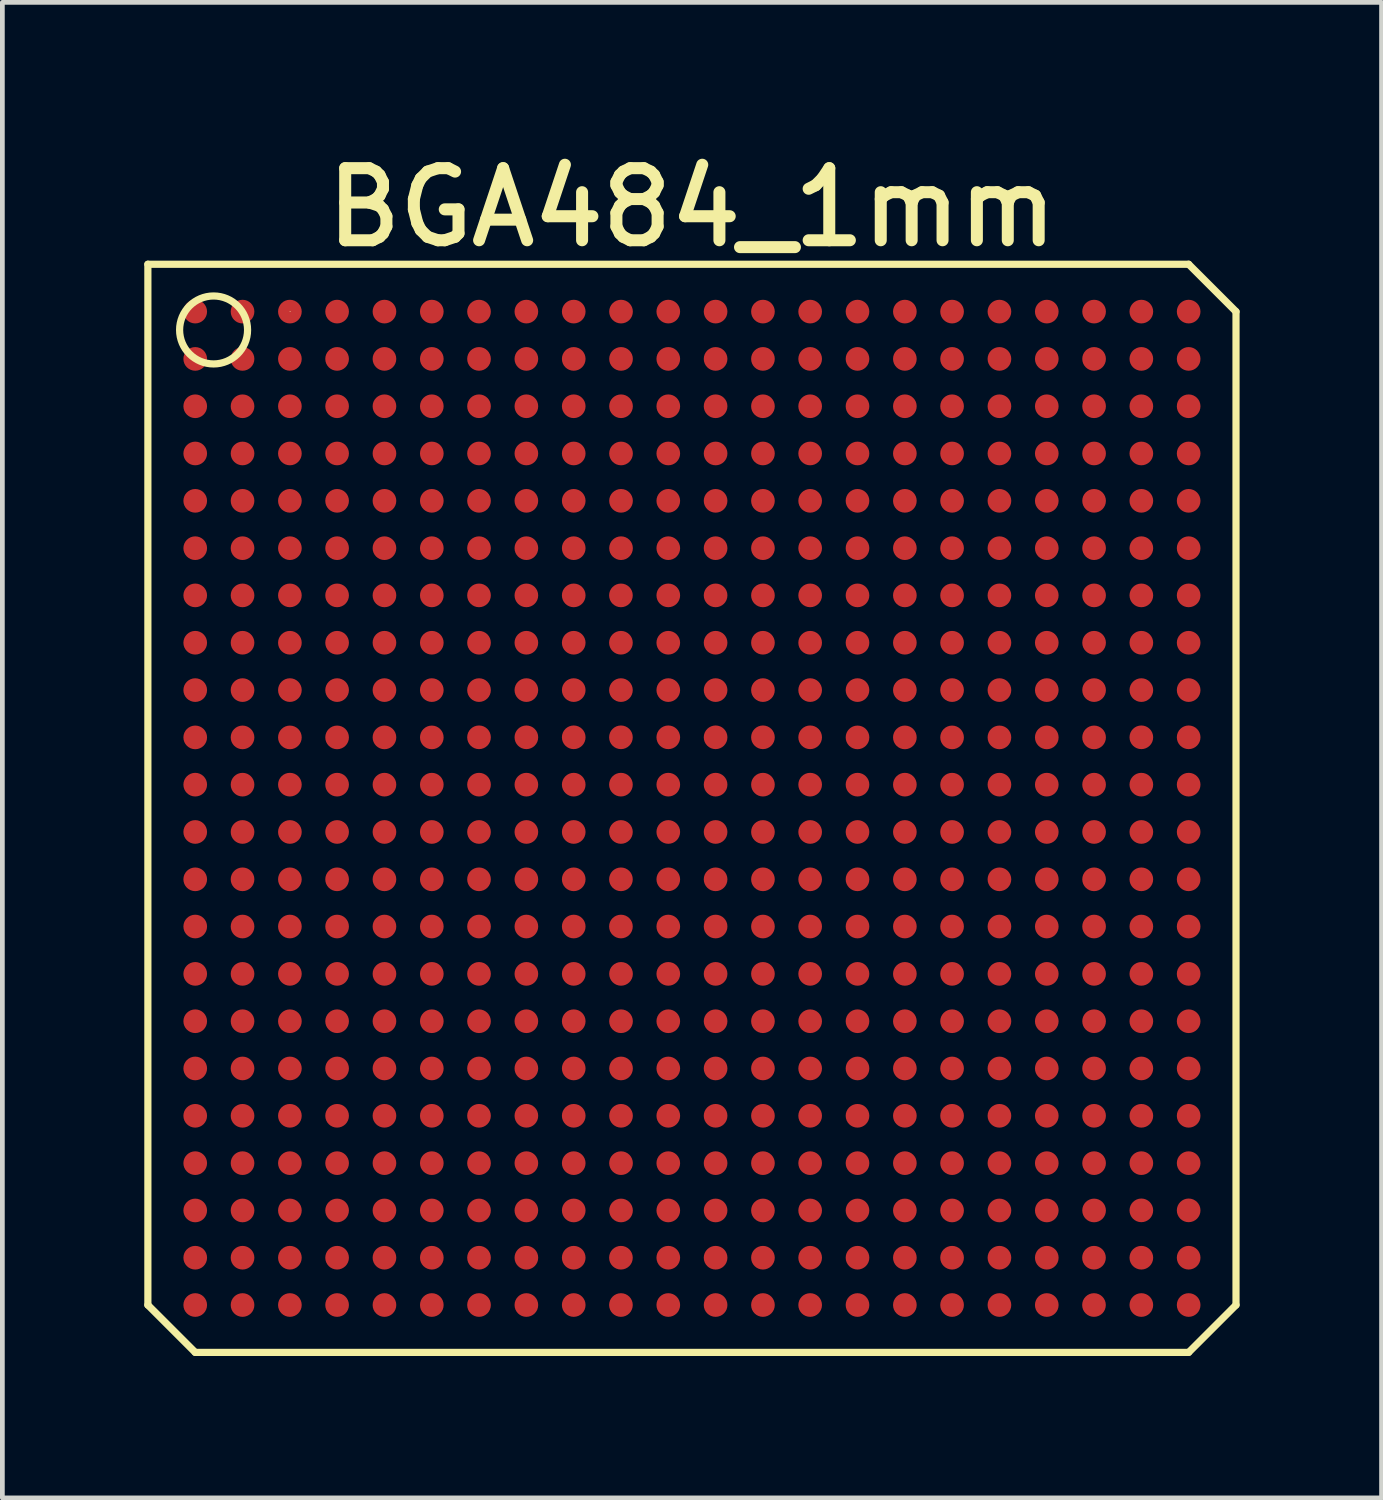
<source format=kicad_pcb>
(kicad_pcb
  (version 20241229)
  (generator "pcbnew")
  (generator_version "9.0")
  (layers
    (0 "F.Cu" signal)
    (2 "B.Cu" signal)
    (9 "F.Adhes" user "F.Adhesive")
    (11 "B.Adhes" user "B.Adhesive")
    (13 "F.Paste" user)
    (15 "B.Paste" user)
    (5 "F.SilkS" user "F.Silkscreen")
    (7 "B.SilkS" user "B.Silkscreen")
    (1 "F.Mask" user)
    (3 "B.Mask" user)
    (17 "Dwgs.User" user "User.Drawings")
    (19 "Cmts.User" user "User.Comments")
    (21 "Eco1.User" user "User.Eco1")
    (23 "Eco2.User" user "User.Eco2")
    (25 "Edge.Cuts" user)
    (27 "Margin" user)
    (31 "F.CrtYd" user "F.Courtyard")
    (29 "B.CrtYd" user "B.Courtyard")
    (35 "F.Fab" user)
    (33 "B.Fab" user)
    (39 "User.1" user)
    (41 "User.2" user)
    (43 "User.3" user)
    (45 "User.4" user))
  (footprint "BGA484_1mm"
    (layer "F.Cu")
    (at 11.577 14.037)
    (property "Reference" "BGA484_1mm" (at 0 -12.7 0) (layer "F.SilkS") (effects (font (size 1.524 1.524) (thickness 0.254))))
    (attr smd)
    (fp_line (start -11.501 -11.501) (end 10.5 -11.501) (stroke (width 0.152) (type solid)) (layer "F.SilkS"))
    (fp_line (start -11.501 10.5) (end -11.501 -11.501) (stroke (width 0.152) (type solid)) (layer "F.SilkS"))
    (fp_line (start -10.5 11.501) (end -11.501 10.5) (stroke (width 0.152) (type solid)) (layer "F.SilkS"))
    (fp_line (start -8.499 -10.5) (end -8.489 -10.5) (stroke (width 0.013) (type solid)) (layer "F.SilkS"))
    (fp_line (start 10.5 -11.501) (end 11.501 -10.5) (stroke (width 0.152) (type solid)) (layer "F.SilkS"))
    (fp_line (start 10.5 11.501) (end -10.5 11.501) (stroke (width 0.152) (type solid)) (layer "F.SilkS"))
    (fp_line (start 11.501 -10.5) (end 11.501 10.5) (stroke (width 0.152) (type solid)) (layer "F.SilkS"))
    (fp_line (start 11.501 10.5) (end 10.5 11.501) (stroke (width 0.152) (type solid)) (layer "F.SilkS"))
    (fp_circle (center -10.112 -10.112) (end -9.604 -10.62) (stroke (width 0.152) (type solid)) (fill no) (layer "F.SilkS"))
    (pad "A1" smd circle (at -10.5 -10.5) (size 0.5 0.5) (layers "F.Cu" "F.Mask" "F.Paste"))
    (pad "A2" smd circle (at -9.5 -10.5) (size 0.5 0.5) (layers "F.Cu" "F.Mask" "F.Paste"))
    (pad "A3" smd circle (at -8.499 -10.5) (size 0.5 0.5) (layers "F.Cu" "F.Mask" "F.Paste"))
    (pad "A4" smd circle (at -7.501 -10.5) (size 0.5 0.5) (layers "F.Cu" "F.Mask" "F.Paste"))
    (pad "A5" smd circle (at -6.5 -10.5) (size 0.5 0.5) (layers "F.Cu" "F.Mask" "F.Paste"))
    (pad "A6" smd circle (at -5.499 -10.5) (size 0.5 0.5) (layers "F.Cu" "F.Mask" "F.Paste"))
    (pad "A7" smd circle (at -4.501 -10.5) (size 0.5 0.5) (layers "F.Cu" "F.Mask" "F.Paste"))
    (pad "A8" smd circle (at -3.5 -10.5) (size 0.5 0.5) (layers "F.Cu" "F.Mask" "F.Paste"))
    (pad "A9" smd circle (at -2.499 -10.5) (size 0.5 0.5) (layers "F.Cu" "F.Mask" "F.Paste"))
    (pad "A10" smd circle (at -1.499 -10.5) (size 0.5 0.5) (layers "F.Cu" "F.Mask" "F.Paste"))
    (pad "A11" smd circle (at -0.5 -10.5) (size 0.5 0.5) (layers "F.Cu" "F.Mask" "F.Paste"))
    (pad "A12" smd circle (at 0.5 -10.5) (size 0.5 0.5) (layers "F.Cu" "F.Mask" "F.Paste"))
    (pad "A13" smd circle (at 1.501 -10.5) (size 0.5 0.5) (layers "F.Cu" "F.Mask" "F.Paste"))
    (pad "A14" smd circle (at 2.499 -10.5) (size 0.5 0.5) (layers "F.Cu" "F.Mask" "F.Paste"))
    (pad "A15" smd circle (at 3.5 -10.5) (size 0.5 0.5) (layers "F.Cu" "F.Mask" "F.Paste"))
    (pad "A16" smd circle (at 4.501 -10.5) (size 0.5 0.5) (layers "F.Cu" "F.Mask" "F.Paste"))
    (pad "A17" smd circle (at 5.499 -10.5) (size 0.5 0.5) (layers "F.Cu" "F.Mask" "F.Paste"))
    (pad "A18" smd circle (at 6.5 -10.5) (size 0.5 0.5) (layers "F.Cu" "F.Mask" "F.Paste"))
    (pad "A19" smd circle (at 7.501 -10.5) (size 0.5 0.5) (layers "F.Cu" "F.Mask" "F.Paste"))
    (pad "A20" smd circle (at 8.501 -10.5) (size 0.5 0.5) (layers "F.Cu" "F.Mask" "F.Paste"))
    (pad "A21" smd circle (at 9.5 -10.5) (size 0.5 0.5) (layers "F.Cu" "F.Mask" "F.Paste"))
    (pad "A22" smd circle (at 10.5 -10.5) (size 0.5 0.5) (layers "F.Cu" "F.Mask" "F.Paste"))
    (pad "AA1" smd circle (at -10.5 9.5) (size 0.5 0.5) (layers "F.Cu" "F.Mask" "F.Paste"))
    (pad "AA2" smd circle (at -9.5 9.5) (size 0.5 0.5) (layers "F.Cu" "F.Mask" "F.Paste"))
    (pad "AA3" smd circle (at -8.499 9.5) (size 0.5 0.5) (layers "F.Cu" "F.Mask" "F.Paste"))
    (pad "AA4" smd circle (at -7.501 9.5) (size 0.5 0.5) (layers "F.Cu" "F.Mask" "F.Paste"))
    (pad "AA5" smd circle (at -6.5 9.5) (size 0.5 0.5) (layers "F.Cu" "F.Mask" "F.Paste"))
    (pad "AA6" smd circle (at -5.499 9.5) (size 0.5 0.5) (layers "F.Cu" "F.Mask" "F.Paste"))
    (pad "AA7" smd circle (at -4.501 9.5) (size 0.5 0.5) (layers "F.Cu" "F.Mask" "F.Paste"))
    (pad "AA8" smd circle (at -3.5 9.5) (size 0.5 0.5) (layers "F.Cu" "F.Mask" "F.Paste"))
    (pad "AA9" smd circle (at -2.499 9.5) (size 0.5 0.5) (layers "F.Cu" "F.Mask" "F.Paste"))
    (pad "AA10" smd circle (at -1.501 9.5) (size 0.5 0.5) (layers "F.Cu" "F.Mask" "F.Paste"))
    (pad "AA11" smd circle (at -0.5 9.5) (size 0.5 0.5) (layers "F.Cu" "F.Mask" "F.Paste"))
    (pad "AA12" smd circle (at 0.5 9.5) (size 0.5 0.5) (layers "F.Cu" "F.Mask" "F.Paste"))
    (pad "AA13" smd circle (at 1.501 9.5) (size 0.5 0.5) (layers "F.Cu" "F.Mask" "F.Paste"))
    (pad "AA14" smd circle (at 2.499 9.5) (size 0.5 0.5) (layers "F.Cu" "F.Mask" "F.Paste"))
    (pad "AA15" smd circle (at 3.5 9.5) (size 0.5 0.5) (layers "F.Cu" "F.Mask" "F.Paste"))
    (pad "AA16" smd circle (at 4.501 9.5) (size 0.5 0.5) (layers "F.Cu" "F.Mask" "F.Paste"))
    (pad "AA17" smd circle (at 5.499 9.5) (size 0.5 0.5) (layers "F.Cu" "F.Mask" "F.Paste"))
    (pad "AA18" smd circle (at 6.5 9.5) (size 0.5 0.5) (layers "F.Cu" "F.Mask" "F.Paste"))
    (pad "AA19" smd circle (at 7.501 9.5) (size 0.5 0.5) (layers "F.Cu" "F.Mask" "F.Paste"))
    (pad "AA20" smd circle (at 8.499 9.5) (size 0.5 0.5) (layers "F.Cu" "F.Mask" "F.Paste"))
    (pad "AA21" smd circle (at 9.5 9.5) (size 0.5 0.5) (layers "F.Cu" "F.Mask" "F.Paste"))
    (pad "AA22" smd circle (at 10.5 9.5) (size 0.5 0.5) (layers "F.Cu" "F.Mask" "F.Paste"))
    (pad "AB1" smd circle (at -10.5 10.5) (size 0.5 0.5) (layers "F.Cu" "F.Mask" "F.Paste"))
    (pad "AB2" smd circle (at -9.5 10.5) (size 0.5 0.5) (layers "F.Cu" "F.Mask" "F.Paste"))
    (pad "AB3" smd circle (at -8.499 10.5) (size 0.5 0.5) (layers "F.Cu" "F.Mask" "F.Paste"))
    (pad "AB4" smd circle (at -7.501 10.5) (size 0.5 0.5) (layers "F.Cu" "F.Mask" "F.Paste"))
    (pad "AB5" smd circle (at -6.5 10.5) (size 0.5 0.5) (layers "F.Cu" "F.Mask" "F.Paste"))
    (pad "AB6" smd circle (at -5.499 10.5) (size 0.5 0.5) (layers "F.Cu" "F.Mask" "F.Paste"))
    (pad "AB7" smd circle (at -4.501 10.5) (size 0.5 0.5) (layers "F.Cu" "F.Mask" "F.Paste"))
    (pad "AB8" smd circle (at -3.5 10.5) (size 0.5 0.5) (layers "F.Cu" "F.Mask" "F.Paste"))
    (pad "AB9" smd circle (at -2.499 10.5) (size 0.5 0.5) (layers "F.Cu" "F.Mask" "F.Paste"))
    (pad "AB10" smd circle (at -1.501 10.5) (size 0.5 0.5) (layers "F.Cu" "F.Mask" "F.Paste"))
    (pad "AB11" smd circle (at -0.5 10.5) (size 0.5 0.5) (layers "F.Cu" "F.Mask" "F.Paste"))
    (pad "AB12" smd circle (at 0.5 10.5) (size 0.5 0.5) (layers "F.Cu" "F.Mask" "F.Paste"))
    (pad "AB13" smd circle (at 1.501 10.5) (size 0.5 0.5) (layers "F.Cu" "F.Mask" "F.Paste"))
    (pad "AB14" smd circle (at 2.499 10.5) (size 0.5 0.5) (layers "F.Cu" "F.Mask" "F.Paste"))
    (pad "AB15" smd circle (at 3.5 10.5) (size 0.5 0.5) (layers "F.Cu" "F.Mask" "F.Paste"))
    (pad "AB16" smd circle (at 4.501 10.5) (size 0.5 0.5) (layers "F.Cu" "F.Mask" "F.Paste"))
    (pad "AB17" smd circle (at 5.499 10.5) (size 0.5 0.5) (layers "F.Cu" "F.Mask" "F.Paste"))
    (pad "AB18" smd circle (at 6.5 10.5) (size 0.5 0.5) (layers "F.Cu" "F.Mask" "F.Paste"))
    (pad "AB19" smd circle (at 7.501 10.5) (size 0.5 0.5) (layers "F.Cu" "F.Mask" "F.Paste"))
    (pad "AB20" smd circle (at 8.499 10.5) (size 0.5 0.5) (layers "F.Cu" "F.Mask" "F.Paste"))
    (pad "AB21" smd circle (at 9.5 10.5) (size 0.5 0.5) (layers "F.Cu" "F.Mask" "F.Paste"))
    (pad "AB22" smd circle (at 10.5 10.5) (size 0.5 0.5) (layers "F.Cu" "F.Mask" "F.Paste"))
    (pad "B1" smd circle (at -10.5 -9.5) (size 0.5 0.5) (layers "F.Cu" "F.Mask" "F.Paste"))
    (pad "B2" smd circle (at -9.5 -9.5) (size 0.5 0.5) (layers "F.Cu" "F.Mask" "F.Paste"))
    (pad "B3" smd circle (at -8.499 -9.5) (size 0.5 0.5) (layers "F.Cu" "F.Mask" "F.Paste"))
    (pad "B4" smd circle (at -7.501 -9.5) (size 0.5 0.5) (layers "F.Cu" "F.Mask" "F.Paste"))
    (pad "B5" smd circle (at -6.5 -9.5) (size 0.5 0.5) (layers "F.Cu" "F.Mask" "F.Paste"))
    (pad "B6" smd circle (at -5.499 -9.5) (size 0.5 0.5) (layers "F.Cu" "F.Mask" "F.Paste"))
    (pad "B7" smd circle (at -4.501 -9.5) (size 0.5 0.5) (layers "F.Cu" "F.Mask" "F.Paste"))
    (pad "B8" smd circle (at -3.5 -9.5) (size 0.5 0.5) (layers "F.Cu" "F.Mask" "F.Paste"))
    (pad "B9" smd circle (at -2.499 -9.5) (size 0.5 0.5) (layers "F.Cu" "F.Mask" "F.Paste"))
    (pad "B10" smd circle (at -1.499 -9.5) (size 0.5 0.5) (layers "F.Cu" "F.Mask" "F.Paste"))
    (pad "B11" smd circle (at -0.5 -9.5) (size 0.5 0.5) (layers "F.Cu" "F.Mask" "F.Paste"))
    (pad "B12" smd circle (at 0.5 -9.5) (size 0.5 0.5) (layers "F.Cu" "F.Mask" "F.Paste"))
    (pad "B13" smd circle (at 1.501 -9.5) (size 0.5 0.5) (layers "F.Cu" "F.Mask" "F.Paste"))
    (pad "B14" smd circle (at 2.499 -9.5) (size 0.5 0.5) (layers "F.Cu" "F.Mask" "F.Paste"))
    (pad "B15" smd circle (at 3.5 -9.5) (size 0.5 0.5) (layers "F.Cu" "F.Mask" "F.Paste"))
    (pad "B16" smd circle (at 4.501 -9.5) (size 0.5 0.5) (layers "F.Cu" "F.Mask" "F.Paste"))
    (pad "B17" smd circle (at 5.499 -9.5) (size 0.5 0.5) (layers "F.Cu" "F.Mask" "F.Paste"))
    (pad "B18" smd circle (at 6.5 -9.5) (size 0.5 0.5) (layers "F.Cu" "F.Mask" "F.Paste"))
    (pad "B19" smd circle (at 7.501 -9.5) (size 0.5 0.5) (layers "F.Cu" "F.Mask" "F.Paste"))
    (pad "B20" smd circle (at 8.501 -9.5) (size 0.5 0.5) (layers "F.Cu" "F.Mask" "F.Paste"))
    (pad "B21" smd circle (at 9.5 -9.5) (size 0.5 0.5) (layers "F.Cu" "F.Mask" "F.Paste"))
    (pad "B22" smd circle (at 10.5 -9.5) (size 0.5 0.5) (layers "F.Cu" "F.Mask" "F.Paste"))
    (pad "C1" smd circle (at -10.5 -8.499) (size 0.5 0.5) (layers "F.Cu" "F.Mask" "F.Paste"))
    (pad "C2" smd circle (at -9.5 -8.499) (size 0.5 0.5) (layers "F.Cu" "F.Mask" "F.Paste"))
    (pad "C3" smd circle (at -8.499 -8.499) (size 0.5 0.5) (layers "F.Cu" "F.Mask" "F.Paste"))
    (pad "C4" smd circle (at -7.501 -8.499) (size 0.5 0.5) (layers "F.Cu" "F.Mask" "F.Paste"))
    (pad "C5" smd circle (at -6.5 -8.499) (size 0.5 0.5) (layers "F.Cu" "F.Mask" "F.Paste"))
    (pad "C6" smd circle (at -5.499 -8.499) (size 0.5 0.5) (layers "F.Cu" "F.Mask" "F.Paste"))
    (pad "C7" smd circle (at -4.501 -8.499) (size 0.5 0.5) (layers "F.Cu" "F.Mask" "F.Paste"))
    (pad "C8" smd circle (at -3.5 -8.499) (size 0.5 0.5) (layers "F.Cu" "F.Mask" "F.Paste"))
    (pad "C9" smd circle (at -2.499 -8.499) (size 0.5 0.5) (layers "F.Cu" "F.Mask" "F.Paste"))
    (pad "C10" smd circle (at -1.499 -8.499) (size 0.5 0.5) (layers "F.Cu" "F.Mask" "F.Paste"))
    (pad "C11" smd circle (at -0.5 -8.499) (size 0.5 0.5) (layers "F.Cu" "F.Mask" "F.Paste"))
    (pad "C12" smd circle (at 0.5 -8.499) (size 0.5 0.5) (layers "F.Cu" "F.Mask" "F.Paste"))
    (pad "C13" smd circle (at 1.501 -8.499) (size 0.5 0.5) (layers "F.Cu" "F.Mask" "F.Paste"))
    (pad "C14" smd circle (at 2.499 -8.499) (size 0.5 0.5) (layers "F.Cu" "F.Mask" "F.Paste"))
    (pad "C15" smd circle (at 3.5 -8.499) (size 0.5 0.5) (layers "F.Cu" "F.Mask" "F.Paste"))
    (pad "C16" smd circle (at 4.501 -8.499) (size 0.5 0.5) (layers "F.Cu" "F.Mask" "F.Paste"))
    (pad "C17" smd circle (at 5.499 -8.499) (size 0.5 0.5) (layers "F.Cu" "F.Mask" "F.Paste"))
    (pad "C18" smd circle (at 6.5 -8.499) (size 0.5 0.5) (layers "F.Cu" "F.Mask" "F.Paste"))
    (pad "C19" smd circle (at 7.501 -8.499) (size 0.5 0.5) (layers "F.Cu" "F.Mask" "F.Paste"))
    (pad "C20" smd circle (at 8.501 -8.499) (size 0.5 0.5) (layers "F.Cu" "F.Mask" "F.Paste"))
    (pad "C21" smd circle (at 9.5 -8.499) (size 0.5 0.5) (layers "F.Cu" "F.Mask" "F.Paste"))
    (pad "C22" smd circle (at 10.5 -8.499) (size 0.5 0.5) (layers "F.Cu" "F.Mask" "F.Paste"))
    (pad "D1" smd circle (at -10.5 -7.501) (size 0.5 0.5) (layers "F.Cu" "F.Mask" "F.Paste"))
    (pad "D2" smd circle (at -9.5 -7.501) (size 0.5 0.5) (layers "F.Cu" "F.Mask" "F.Paste"))
    (pad "D3" smd circle (at -8.499 -7.501) (size 0.5 0.5) (layers "F.Cu" "F.Mask" "F.Paste"))
    (pad "D4" smd circle (at -7.501 -7.501) (size 0.5 0.5) (layers "F.Cu" "F.Mask" "F.Paste"))
    (pad "D5" smd circle (at -6.5 -7.501) (size 0.5 0.5) (layers "F.Cu" "F.Mask" "F.Paste"))
    (pad "D6" smd circle (at -5.499 -7.501) (size 0.5 0.5) (layers "F.Cu" "F.Mask" "F.Paste"))
    (pad "D7" smd circle (at -4.501 -7.501) (size 0.5 0.5) (layers "F.Cu" "F.Mask" "F.Paste"))
    (pad "D8" smd circle (at -3.5 -7.501) (size 0.5 0.5) (layers "F.Cu" "F.Mask" "F.Paste"))
    (pad "D9" smd circle (at -2.499 -7.501) (size 0.5 0.5) (layers "F.Cu" "F.Mask" "F.Paste"))
    (pad "D10" smd circle (at -1.499 -7.501) (size 0.5 0.5) (layers "F.Cu" "F.Mask" "F.Paste"))
    (pad "D11" smd circle (at -0.5 -7.501) (size 0.5 0.5) (layers "F.Cu" "F.Mask" "F.Paste"))
    (pad "D12" smd circle (at 0.5 -7.501) (size 0.5 0.5) (layers "F.Cu" "F.Mask" "F.Paste"))
    (pad "D13" smd circle (at 1.501 -7.501) (size 0.5 0.5) (layers "F.Cu" "F.Mask" "F.Paste"))
    (pad "D14" smd circle (at 2.499 -7.501) (size 0.5 0.5) (layers "F.Cu" "F.Mask" "F.Paste"))
    (pad "D15" smd circle (at 3.5 -7.501) (size 0.5 0.5) (layers "F.Cu" "F.Mask" "F.Paste"))
    (pad "D16" smd circle (at 4.501 -7.501) (size 0.5 0.5) (layers "F.Cu" "F.Mask" "F.Paste"))
    (pad "D17" smd circle (at 5.499 -7.501) (size 0.5 0.5) (layers "F.Cu" "F.Mask" "F.Paste"))
    (pad "D18" smd circle (at 6.5 -7.501) (size 0.5 0.5) (layers "F.Cu" "F.Mask" "F.Paste"))
    (pad "D19" smd circle (at 7.501 -7.501) (size 0.5 0.5) (layers "F.Cu" "F.Mask" "F.Paste"))
    (pad "D20" smd circle (at 8.501 -7.501) (size 0.5 0.5) (layers "F.Cu" "F.Mask" "F.Paste"))
    (pad "D21" smd circle (at 9.5 -7.501) (size 0.5 0.5) (layers "F.Cu" "F.Mask" "F.Paste"))
    (pad "D22" smd circle (at 10.5 -7.501) (size 0.5 0.5) (layers "F.Cu" "F.Mask" "F.Paste"))
    (pad "E1" smd circle (at -10.5 -6.5) (size 0.5 0.5) (layers "F.Cu" "F.Mask" "F.Paste"))
    (pad "E2" smd circle (at -9.5 -6.5) (size 0.5 0.5) (layers "F.Cu" "F.Mask" "F.Paste"))
    (pad "E3" smd circle (at -8.499 -6.5) (size 0.5 0.5) (layers "F.Cu" "F.Mask" "F.Paste"))
    (pad "E4" smd circle (at -7.501 -6.5) (size 0.5 0.5) (layers "F.Cu" "F.Mask" "F.Paste"))
    (pad "E5" smd circle (at -6.5 -6.5) (size 0.5 0.5) (layers "F.Cu" "F.Mask" "F.Paste"))
    (pad "E6" smd circle (at -5.499 -6.5) (size 0.5 0.5) (layers "F.Cu" "F.Mask" "F.Paste"))
    (pad "E7" smd circle (at -4.501 -6.5) (size 0.5 0.5) (layers "F.Cu" "F.Mask" "F.Paste"))
    (pad "E8" smd circle (at -3.5 -6.5) (size 0.5 0.5) (layers "F.Cu" "F.Mask" "F.Paste"))
    (pad "E9" smd circle (at -2.499 -6.5) (size 0.5 0.5) (layers "F.Cu" "F.Mask" "F.Paste"))
    (pad "E10" smd circle (at -1.499 -6.5) (size 0.5 0.5) (layers "F.Cu" "F.Mask" "F.Paste"))
    (pad "E11" smd circle (at -0.5 -6.5) (size 0.5 0.5) (layers "F.Cu" "F.Mask" "F.Paste"))
    (pad "E12" smd circle (at 0.5 -6.5) (size 0.5 0.5) (layers "F.Cu" "F.Mask" "F.Paste"))
    (pad "E13" smd circle (at 1.501 -6.5) (size 0.5 0.5) (layers "F.Cu" "F.Mask" "F.Paste"))
    (pad "E14" smd circle (at 2.499 -6.5) (size 0.5 0.5) (layers "F.Cu" "F.Mask" "F.Paste"))
    (pad "E15" smd circle (at 3.5 -6.5) (size 0.5 0.5) (layers "F.Cu" "F.Mask" "F.Paste"))
    (pad "E16" smd circle (at 4.501 -6.5) (size 0.5 0.5) (layers "F.Cu" "F.Mask" "F.Paste"))
    (pad "E17" smd circle (at 5.499 -6.5) (size 0.5 0.5) (layers "F.Cu" "F.Mask" "F.Paste"))
    (pad "E18" smd circle (at 6.5 -6.5) (size 0.5 0.5) (layers "F.Cu" "F.Mask" "F.Paste"))
    (pad "E19" smd circle (at 7.501 -6.5) (size 0.5 0.5) (layers "F.Cu" "F.Mask" "F.Paste"))
    (pad "E20" smd circle (at 8.501 -6.5) (size 0.5 0.5) (layers "F.Cu" "F.Mask" "F.Paste"))
    (pad "E21" smd circle (at 9.5 -6.5) (size 0.5 0.5) (layers "F.Cu" "F.Mask" "F.Paste"))
    (pad "E22" smd circle (at 10.5 -6.5) (size 0.5 0.5) (layers "F.Cu" "F.Mask" "F.Paste"))
    (pad "F1" smd circle (at -10.5 -5.499) (size 0.5 0.5) (layers "F.Cu" "F.Mask" "F.Paste"))
    (pad "F2" smd circle (at -9.5 -5.499) (size 0.5 0.5) (layers "F.Cu" "F.Mask" "F.Paste"))
    (pad "F3" smd circle (at -8.499 -5.499) (size 0.5 0.5) (layers "F.Cu" "F.Mask" "F.Paste"))
    (pad "F4" smd circle (at -7.501 -5.499) (size 0.5 0.5) (layers "F.Cu" "F.Mask" "F.Paste"))
    (pad "F5" smd circle (at -6.5 -5.499) (size 0.5 0.5) (layers "F.Cu" "F.Mask" "F.Paste"))
    (pad "F6" smd circle (at -5.499 -5.499) (size 0.5 0.5) (layers "F.Cu" "F.Mask" "F.Paste"))
    (pad "F7" smd circle (at -4.501 -5.499) (size 0.5 0.5) (layers "F.Cu" "F.Mask" "F.Paste"))
    (pad "F8" smd circle (at -3.5 -5.499) (size 0.5 0.5) (layers "F.Cu" "F.Mask" "F.Paste"))
    (pad "F9" smd circle (at -2.499 -5.499) (size 0.5 0.5) (layers "F.Cu" "F.Mask" "F.Paste"))
    (pad "F10" smd circle (at -1.499 -5.499) (size 0.5 0.5) (layers "F.Cu" "F.Mask" "F.Paste"))
    (pad "F11" smd circle (at -0.5 -5.499) (size 0.5 0.5) (layers "F.Cu" "F.Mask" "F.Paste"))
    (pad "F12" smd circle (at 0.5 -5.499) (size 0.5 0.5) (layers "F.Cu" "F.Mask" "F.Paste"))
    (pad "F13" smd circle (at 1.501 -5.499) (size 0.5 0.5) (layers "F.Cu" "F.Mask" "F.Paste"))
    (pad "F14" smd circle (at 2.499 -5.499) (size 0.5 0.5) (layers "F.Cu" "F.Mask" "F.Paste"))
    (pad "F15" smd circle (at 3.5 -5.499) (size 0.5 0.5) (layers "F.Cu" "F.Mask" "F.Paste"))
    (pad "F16" smd circle (at 4.501 -5.499) (size 0.5 0.5) (layers "F.Cu" "F.Mask" "F.Paste"))
    (pad "F17" smd circle (at 5.499 -5.499) (size 0.5 0.5) (layers "F.Cu" "F.Mask" "F.Paste"))
    (pad "F18" smd circle (at 6.5 -5.499) (size 0.5 0.5) (layers "F.Cu" "F.Mask" "F.Paste"))
    (pad "F19" smd circle (at 7.501 -5.499) (size 0.5 0.5) (layers "F.Cu" "F.Mask" "F.Paste"))
    (pad "F20" smd circle (at 8.501 -5.499) (size 0.5 0.5) (layers "F.Cu" "F.Mask" "F.Paste"))
    (pad "F21" smd circle (at 9.5 -5.499) (size 0.5 0.5) (layers "F.Cu" "F.Mask" "F.Paste"))
    (pad "F22" smd circle (at 10.5 -5.499) (size 0.5 0.5) (layers "F.Cu" "F.Mask" "F.Paste"))
    (pad "G1" smd circle (at -10.5 -4.501) (size 0.5 0.5) (layers "F.Cu" "F.Mask" "F.Paste"))
    (pad "G2" smd circle (at -9.5 -4.501) (size 0.5 0.5) (layers "F.Cu" "F.Mask" "F.Paste"))
    (pad "G3" smd circle (at -8.499 -4.501) (size 0.5 0.5) (layers "F.Cu" "F.Mask" "F.Paste"))
    (pad "G4" smd circle (at -7.501 -4.501) (size 0.5 0.5) (layers "F.Cu" "F.Mask" "F.Paste"))
    (pad "G5" smd circle (at -6.5 -4.501) (size 0.5 0.5) (layers "F.Cu" "F.Mask" "F.Paste"))
    (pad "G6" smd circle (at -5.499 -4.501) (size 0.5 0.5) (layers "F.Cu" "F.Mask" "F.Paste"))
    (pad "G7" smd circle (at -4.501 -4.501) (size 0.5 0.5) (layers "F.Cu" "F.Mask" "F.Paste"))
    (pad "G8" smd circle (at -3.5 -4.501) (size 0.5 0.5) (layers "F.Cu" "F.Mask" "F.Paste"))
    (pad "G9" smd circle (at -2.499 -4.501) (size 0.5 0.5) (layers "F.Cu" "F.Mask" "F.Paste"))
    (pad "G10" smd circle (at -1.501 -4.501) (size 0.5 0.5) (layers "F.Cu" "F.Mask" "F.Paste"))
    (pad "G11" smd circle (at -0.5 -4.501) (size 0.5 0.5) (layers "F.Cu" "F.Mask" "F.Paste"))
    (pad "G12" smd circle (at 0.5 -4.501) (size 0.5 0.5) (layers "F.Cu" "F.Mask" "F.Paste"))
    (pad "G13" smd circle (at 1.501 -4.501) (size 0.5 0.5) (layers "F.Cu" "F.Mask" "F.Paste"))
    (pad "G14" smd circle (at 2.499 -4.501) (size 0.5 0.5) (layers "F.Cu" "F.Mask" "F.Paste"))
    (pad "G15" smd circle (at 3.5 -4.501) (size 0.5 0.5) (layers "F.Cu" "F.Mask" "F.Paste"))
    (pad "G16" smd circle (at 4.501 -4.501) (size 0.5 0.5) (layers "F.Cu" "F.Mask" "F.Paste"))
    (pad "G17" smd circle (at 5.499 -4.501) (size 0.5 0.5) (layers "F.Cu" "F.Mask" "F.Paste"))
    (pad "G18" smd circle (at 6.5 -4.501) (size 0.5 0.5) (layers "F.Cu" "F.Mask" "F.Paste"))
    (pad "G19" smd circle (at 7.501 -4.501) (size 0.5 0.5) (layers "F.Cu" "F.Mask" "F.Paste"))
    (pad "G20" smd circle (at 8.501 -4.501) (size 0.5 0.5) (layers "F.Cu" "F.Mask" "F.Paste"))
    (pad "G21" smd circle (at 9.5 -4.501) (size 0.5 0.5) (layers "F.Cu" "F.Mask" "F.Paste"))
    (pad "G22" smd circle (at 10.5 -4.501) (size 0.5 0.5) (layers "F.Cu" "F.Mask" "F.Paste"))
    (pad "H1" smd circle (at -10.5 -3.5) (size 0.5 0.5) (layers "F.Cu" "F.Mask" "F.Paste"))
    (pad "H2" smd circle (at -9.5 -3.5) (size 0.5 0.5) (layers "F.Cu" "F.Mask" "F.Paste"))
    (pad "H3" smd circle (at -8.499 -3.5) (size 0.5 0.5) (layers "F.Cu" "F.Mask" "F.Paste"))
    (pad "H4" smd circle (at -7.501 -3.5) (size 0.5 0.5) (layers "F.Cu" "F.Mask" "F.Paste"))
    (pad "H5" smd circle (at -6.5 -3.5) (size 0.5 0.5) (layers "F.Cu" "F.Mask" "F.Paste"))
    (pad "H6" smd circle (at -5.499 -3.5) (size 0.5 0.5) (layers "F.Cu" "F.Mask" "F.Paste"))
    (pad "H7" smd circle (at -4.501 -3.5) (size 0.5 0.5) (layers "F.Cu" "F.Mask" "F.Paste"))
    (pad "H8" smd circle (at -3.5 -3.5) (size 0.5 0.5) (layers "F.Cu" "F.Mask" "F.Paste"))
    (pad "H9" smd circle (at -2.499 -3.5) (size 0.5 0.5) (layers "F.Cu" "F.Mask" "F.Paste"))
    (pad "H10" smd circle (at -1.501 -3.5) (size 0.5 0.5) (layers "F.Cu" "F.Mask" "F.Paste"))
    (pad "H11" smd circle (at -0.5 -3.5) (size 0.5 0.5) (layers "F.Cu" "F.Mask" "F.Paste"))
    (pad "H12" smd circle (at 0.5 -3.5) (size 0.5 0.5) (layers "F.Cu" "F.Mask" "F.Paste"))
    (pad "H13" smd circle (at 1.501 -3.5) (size 0.5 0.5) (layers "F.Cu" "F.Mask" "F.Paste"))
    (pad "H14" smd circle (at 2.499 -3.5) (size 0.5 0.5) (layers "F.Cu" "F.Mask" "F.Paste"))
    (pad "H15" smd circle (at 3.5 -3.5) (size 0.5 0.5) (layers "F.Cu" "F.Mask" "F.Paste"))
    (pad "H16" smd circle (at 4.501 -3.5) (size 0.5 0.5) (layers "F.Cu" "F.Mask" "F.Paste"))
    (pad "H17" smd circle (at 5.499 -3.5) (size 0.5 0.5) (layers "F.Cu" "F.Mask" "F.Paste"))
    (pad "H18" smd circle (at 6.5 -3.5) (size 0.5 0.5) (layers "F.Cu" "F.Mask" "F.Paste"))
    (pad "H19" smd circle (at 7.501 -3.5) (size 0.5 0.5) (layers "F.Cu" "F.Mask" "F.Paste"))
    (pad "H20" smd circle (at 8.501 -3.5) (size 0.5 0.5) (layers "F.Cu" "F.Mask" "F.Paste"))
    (pad "H21" smd circle (at 9.5 -3.5) (size 0.5 0.5) (layers "F.Cu" "F.Mask" "F.Paste"))
    (pad "H22" smd circle (at 10.5 -3.5) (size 0.5 0.5) (layers "F.Cu" "F.Mask" "F.Paste"))
    (pad "J1" smd circle (at -10.5 -2.499) (size 0.5 0.5) (layers "F.Cu" "F.Mask" "F.Paste"))
    (pad "J2" smd circle (at -9.5 -2.499) (size 0.5 0.5) (layers "F.Cu" "F.Mask" "F.Paste"))
    (pad "J3" smd circle (at -8.499 -2.499) (size 0.5 0.5) (layers "F.Cu" "F.Mask" "F.Paste"))
    (pad "J4" smd circle (at -7.501 -2.499) (size 0.5 0.5) (layers "F.Cu" "F.Mask" "F.Paste"))
    (pad "J5" smd circle (at -6.5 -2.499) (size 0.5 0.5) (layers "F.Cu" "F.Mask" "F.Paste"))
    (pad "J6" smd circle (at -5.499 -2.499) (size 0.5 0.5) (layers "F.Cu" "F.Mask" "F.Paste"))
    (pad "J7" smd circle (at -4.501 -2.499) (size 0.5 0.5) (layers "F.Cu" "F.Mask" "F.Paste"))
    (pad "J8" smd circle (at -3.5 -2.499) (size 0.5 0.5) (layers "F.Cu" "F.Mask" "F.Paste"))
    (pad "J9" smd circle (at -2.499 -2.499) (size 0.5 0.5) (layers "F.Cu" "F.Mask" "F.Paste"))
    (pad "J10" smd circle (at -1.501 -2.499) (size 0.5 0.5) (layers "F.Cu" "F.Mask" "F.Paste"))
    (pad "J11" smd circle (at -0.5 -2.499) (size 0.5 0.5) (layers "F.Cu" "F.Mask" "F.Paste"))
    (pad "J12" smd circle (at 0.5 -2.499) (size 0.5 0.5) (layers "F.Cu" "F.Mask" "F.Paste"))
    (pad "J13" smd circle (at 1.501 -2.499) (size 0.5 0.5) (layers "F.Cu" "F.Mask" "F.Paste"))
    (pad "J14" smd circle (at 2.499 -2.499) (size 0.5 0.5) (layers "F.Cu" "F.Mask" "F.Paste"))
    (pad "J15" smd circle (at 3.5 -2.499) (size 0.5 0.5) (layers "F.Cu" "F.Mask" "F.Paste"))
    (pad "J16" smd circle (at 4.501 -2.499) (size 0.5 0.5) (layers "F.Cu" "F.Mask" "F.Paste"))
    (pad "J17" smd circle (at 5.499 -2.499) (size 0.5 0.5) (layers "F.Cu" "F.Mask" "F.Paste"))
    (pad "J18" smd circle (at 6.5 -2.499) (size 0.5 0.5) (layers "F.Cu" "F.Mask" "F.Paste"))
    (pad "J19" smd circle (at 7.501 -2.499) (size 0.5 0.5) (layers "F.Cu" "F.Mask" "F.Paste"))
    (pad "J20" smd circle (at 8.501 -2.499) (size 0.5 0.5) (layers "F.Cu" "F.Mask" "F.Paste"))
    (pad "J21" smd circle (at 9.5 -2.499) (size 0.5 0.5) (layers "F.Cu" "F.Mask" "F.Paste"))
    (pad "J22" smd circle (at 10.5 -2.499) (size 0.5 0.5) (layers "F.Cu" "F.Mask" "F.Paste"))
    (pad "K1" smd circle (at -10.5 -1.499) (size 0.5 0.5) (layers "F.Cu" "F.Mask" "F.Paste"))
    (pad "K2" smd circle (at -9.5 -1.499) (size 0.5 0.5) (layers "F.Cu" "F.Mask" "F.Paste"))
    (pad "K3" smd circle (at -8.499 -1.499) (size 0.5 0.5) (layers "F.Cu" "F.Mask" "F.Paste"))
    (pad "K4" smd circle (at -7.501 -1.499) (size 0.5 0.5) (layers "F.Cu" "F.Mask" "F.Paste"))
    (pad "K5" smd circle (at -6.5 -1.499) (size 0.5 0.5) (layers "F.Cu" "F.Mask" "F.Paste"))
    (pad "K6" smd circle (at -5.499 -1.499) (size 0.5 0.5) (layers "F.Cu" "F.Mask" "F.Paste"))
    (pad "K7" smd circle (at -4.501 -1.501) (size 0.5 0.5) (layers "F.Cu" "F.Mask" "F.Paste"))
    (pad "K8" smd circle (at -3.5 -1.501) (size 0.5 0.5) (layers "F.Cu" "F.Mask" "F.Paste"))
    (pad "K9" smd circle (at -2.499 -1.501) (size 0.5 0.5) (layers "F.Cu" "F.Mask" "F.Paste"))
    (pad "K10" smd circle (at -1.501 -1.501) (size 0.5 0.5) (layers "F.Cu" "F.Mask" "F.Paste"))
    (pad "K11" smd circle (at -0.5 -1.501) (size 0.5 0.5) (layers "F.Cu" "F.Mask" "F.Paste"))
    (pad "K12" smd circle (at 0.5 -1.501) (size 0.5 0.5) (layers "F.Cu" "F.Mask" "F.Paste"))
    (pad "K13" smd circle (at 1.501 -1.501) (size 0.5 0.5) (layers "F.Cu" "F.Mask" "F.Paste"))
    (pad "K14" smd circle (at 2.499 -1.501) (size 0.5 0.5) (layers "F.Cu" "F.Mask" "F.Paste"))
    (pad "K15" smd circle (at 3.5 -1.499) (size 0.5 0.5) (layers "F.Cu" "F.Mask" "F.Paste"))
    (pad "K16" smd circle (at 4.501 -1.499) (size 0.5 0.5) (layers "F.Cu" "F.Mask" "F.Paste"))
    (pad "K17" smd circle (at 5.499 -1.499) (size 0.5 0.5) (layers "F.Cu" "F.Mask" "F.Paste"))
    (pad "K18" smd circle (at 6.5 -1.499) (size 0.5 0.5) (layers "F.Cu" "F.Mask" "F.Paste"))
    (pad "K19" smd circle (at 7.501 -1.499) (size 0.5 0.5) (layers "F.Cu" "F.Mask" "F.Paste"))
    (pad "K20" smd circle (at 8.501 -1.499) (size 0.5 0.5) (layers "F.Cu" "F.Mask" "F.Paste"))
    (pad "K21" smd circle (at 9.5 -1.501) (size 0.5 0.5) (layers "F.Cu" "F.Mask" "F.Paste"))
    (pad "K22" smd circle (at 10.5 -1.501) (size 0.5 0.5) (layers "F.Cu" "F.Mask" "F.Paste"))
    (pad "L1" smd circle (at -10.5 -0.5) (size 0.5 0.5) (layers "F.Cu" "F.Mask" "F.Paste"))
    (pad "L2" smd circle (at -9.5 -0.5) (size 0.5 0.5) (layers "F.Cu" "F.Mask" "F.Paste"))
    (pad "L3" smd circle (at -8.499 -0.5) (size 0.5 0.5) (layers "F.Cu" "F.Mask" "F.Paste"))
    (pad "L4" smd circle (at -7.501 -0.5) (size 0.5 0.5) (layers "F.Cu" "F.Mask" "F.Paste"))
    (pad "L5" smd circle (at -6.5 -0.5) (size 0.5 0.5) (layers "F.Cu" "F.Mask" "F.Paste"))
    (pad "L6" smd circle (at -5.499 -0.5) (size 0.5 0.5) (layers "F.Cu" "F.Mask" "F.Paste"))
    (pad "L7" smd circle (at -4.501 -0.5) (size 0.5 0.5) (layers "F.Cu" "F.Mask" "F.Paste"))
    (pad "L8" smd circle (at -3.5 -0.5) (size 0.5 0.5) (layers "F.Cu" "F.Mask" "F.Paste"))
    (pad "L9" smd circle (at -2.499 -0.5) (size 0.5 0.5) (layers "F.Cu" "F.Mask" "F.Paste"))
    (pad "L10" smd circle (at -1.501 -0.5) (size 0.5 0.5) (layers "F.Cu" "F.Mask" "F.Paste"))
    (pad "L11" smd circle (at -0.5 -0.5) (size 0.5 0.5) (layers "F.Cu" "F.Mask" "F.Paste"))
    (pad "L12" smd circle (at 0.5 -0.5) (size 0.5 0.5) (layers "F.Cu" "F.Mask" "F.Paste"))
    (pad "L13" smd circle (at 1.501 -0.5) (size 0.5 0.5) (layers "F.Cu" "F.Mask" "F.Paste"))
    (pad "L14" smd circle (at 2.499 -0.5) (size 0.5 0.5) (layers "F.Cu" "F.Mask" "F.Paste"))
    (pad "L15" smd circle (at 3.5 -0.5) (size 0.5 0.5) (layers "F.Cu" "F.Mask" "F.Paste"))
    (pad "L16" smd circle (at 4.501 -0.5) (size 0.5 0.5) (layers "F.Cu" "F.Mask" "F.Paste"))
    (pad "L17" smd circle (at 5.499 -0.5) (size 0.5 0.5) (layers "F.Cu" "F.Mask" "F.Paste"))
    (pad "L18" smd circle (at 6.5 -0.5) (size 0.5 0.5) (layers "F.Cu" "F.Mask" "F.Paste"))
    (pad "L19" smd circle (at 7.501 -0.5) (size 0.5 0.5) (layers "F.Cu" "F.Mask" "F.Paste"))
    (pad "L20" smd circle (at 8.501 -0.5) (size 0.5 0.5) (layers "F.Cu" "F.Mask" "F.Paste"))
    (pad "L21" smd circle (at 9.5 -0.5) (size 0.5 0.5) (layers "F.Cu" "F.Mask" "F.Paste"))
    (pad "L22" smd circle (at 10.5 -0.5) (size 0.5 0.5) (layers "F.Cu" "F.Mask" "F.Paste"))
    (pad "M1" smd circle (at -10.5 0.5) (size 0.5 0.5) (layers "F.Cu" "F.Mask" "F.Paste"))
    (pad "M2" smd circle (at -9.5 0.5) (size 0.5 0.5) (layers "F.Cu" "F.Mask" "F.Paste"))
    (pad "M3" smd circle (at -8.499 0.5) (size 0.5 0.5) (layers "F.Cu" "F.Mask" "F.Paste"))
    (pad "M4" smd circle (at -7.501 0.5) (size 0.5 0.5) (layers "F.Cu" "F.Mask" "F.Paste"))
    (pad "M5" smd circle (at -6.5 0.5) (size 0.5 0.5) (layers "F.Cu" "F.Mask" "F.Paste"))
    (pad "M6" smd circle (at -5.499 0.5) (size 0.5 0.5) (layers "F.Cu" "F.Mask" "F.Paste"))
    (pad "M7" smd circle (at -4.501 0.5) (size 0.5 0.5) (layers "F.Cu" "F.Mask" "F.Paste"))
    (pad "M8" smd circle (at -3.5 0.5) (size 0.5 0.5) (layers "F.Cu" "F.Mask" "F.Paste"))
    (pad "M9" smd circle (at -2.499 0.5) (size 0.5 0.5) (layers "F.Cu" "F.Mask" "F.Paste"))
    (pad "M10" smd circle (at -1.501 0.5) (size 0.5 0.5) (layers "F.Cu" "F.Mask" "F.Paste"))
    (pad "M11" smd circle (at -0.5 0.5) (size 0.5 0.5) (layers "F.Cu" "F.Mask" "F.Paste"))
    (pad "M12" smd circle (at 0.5 0.5) (size 0.5 0.5) (layers "F.Cu" "F.Mask" "F.Paste"))
    (pad "M13" smd circle (at 1.501 0.5) (size 0.5 0.5) (layers "F.Cu" "F.Mask" "F.Paste"))
    (pad "M14" smd circle (at 2.499 0.5) (size 0.5 0.5) (layers "F.Cu" "F.Mask" "F.Paste"))
    (pad "M15" smd circle (at 3.5 0.5) (size 0.5 0.5) (layers "F.Cu" "F.Mask" "F.Paste"))
    (pad "M16" smd circle (at 4.501 0.5) (size 0.5 0.5) (layers "F.Cu" "F.Mask" "F.Paste"))
    (pad "M17" smd circle (at 5.499 0.5) (size 0.5 0.5) (layers "F.Cu" "F.Mask" "F.Paste"))
    (pad "M18" smd circle (at 6.5 0.5) (size 0.5 0.5) (layers "F.Cu" "F.Mask" "F.Paste"))
    (pad "M19" smd circle (at 7.501 0.5) (size 0.5 0.5) (layers "F.Cu" "F.Mask" "F.Paste"))
    (pad "M20" smd circle (at 8.501 0.5) (size 0.5 0.5) (layers "F.Cu" "F.Mask" "F.Paste"))
    (pad "M21" smd circle (at 9.5 0.5) (size 0.5 0.5) (layers "F.Cu" "F.Mask" "F.Paste"))
    (pad "M22" smd circle (at 10.5 0.5) (size 0.5 0.5) (layers "F.Cu" "F.Mask" "F.Paste"))
    (pad "N1" smd circle (at -10.5 1.501) (size 0.5 0.5) (layers "F.Cu" "F.Mask" "F.Paste"))
    (pad "N2" smd circle (at -9.5 1.501) (size 0.5 0.5) (layers "F.Cu" "F.Mask" "F.Paste"))
    (pad "N3" smd circle (at -8.499 1.501) (size 0.5 0.5) (layers "F.Cu" "F.Mask" "F.Paste"))
    (pad "N4" smd circle (at -7.501 1.501) (size 0.5 0.5) (layers "F.Cu" "F.Mask" "F.Paste"))
    (pad "N5" smd circle (at -6.5 1.501) (size 0.5 0.5) (layers "F.Cu" "F.Mask" "F.Paste"))
    (pad "N6" smd circle (at -5.499 1.501) (size 0.5 0.5) (layers "F.Cu" "F.Mask" "F.Paste"))
    (pad "N7" smd circle (at -4.501 1.501) (size 0.5 0.5) (layers "F.Cu" "F.Mask" "F.Paste"))
    (pad "N8" smd circle (at -3.5 1.501) (size 0.5 0.5) (layers "F.Cu" "F.Mask" "F.Paste"))
    (pad "N9" smd circle (at -2.499 1.501) (size 0.5 0.5) (layers "F.Cu" "F.Mask" "F.Paste"))
    (pad "N10" smd circle (at -1.501 1.501) (size 0.5 0.5) (layers "F.Cu" "F.Mask" "F.Paste"))
    (pad "N11" smd circle (at -0.5 1.501) (size 0.5 0.5) (layers "F.Cu" "F.Mask" "F.Paste"))
    (pad "N12" smd circle (at 0.5 1.501) (size 0.5 0.5) (layers "F.Cu" "F.Mask" "F.Paste"))
    (pad "N13" smd circle (at 1.501 1.501) (size 0.5 0.5) (layers "F.Cu" "F.Mask" "F.Paste"))
    (pad "N14" smd circle (at 2.499 1.501) (size 0.5 0.5) (layers "F.Cu" "F.Mask" "F.Paste"))
    (pad "N15" smd circle (at 3.5 1.501) (size 0.5 0.5) (layers "F.Cu" "F.Mask" "F.Paste"))
    (pad "N16" smd circle (at 4.501 1.501) (size 0.5 0.5) (layers "F.Cu" "F.Mask" "F.Paste"))
    (pad "N17" smd circle (at 5.499 1.501) (size 0.5 0.5) (layers "F.Cu" "F.Mask" "F.Paste"))
    (pad "N18" smd circle (at 6.5 1.501) (size 0.5 0.5) (layers "F.Cu" "F.Mask" "F.Paste"))
    (pad "N19" smd circle (at 7.501 1.501) (size 0.5 0.5) (layers "F.Cu" "F.Mask" "F.Paste"))
    (pad "N20" smd circle (at 8.501 1.501) (size 0.5 0.5) (layers "F.Cu" "F.Mask" "F.Paste"))
    (pad "N21" smd circle (at 9.5 1.501) (size 0.5 0.5) (layers "F.Cu" "F.Mask" "F.Paste"))
    (pad "N22" smd circle (at 10.5 1.501) (size 0.5 0.5) (layers "F.Cu" "F.Mask" "F.Paste"))
    (pad "P1" smd circle (at -10.5 2.499) (size 0.5 0.5) (layers "F.Cu" "F.Mask" "F.Paste"))
    (pad "P2" smd circle (at -9.5 2.499) (size 0.5 0.5) (layers "F.Cu" "F.Mask" "F.Paste"))
    (pad "P3" smd circle (at -8.499 2.499) (size 0.5 0.5) (layers "F.Cu" "F.Mask" "F.Paste"))
    (pad "P4" smd circle (at -7.501 2.499) (size 0.5 0.5) (layers "F.Cu" "F.Mask" "F.Paste"))
    (pad "P5" smd circle (at -6.5 2.499) (size 0.5 0.5) (layers "F.Cu" "F.Mask" "F.Paste"))
    (pad "P6" smd circle (at -5.499 2.499) (size 0.5 0.5) (layers "F.Cu" "F.Mask" "F.Paste"))
    (pad "P7" smd circle (at -4.501 2.499) (size 0.5 0.5) (layers "F.Cu" "F.Mask" "F.Paste"))
    (pad "P8" smd circle (at -3.5 2.499) (size 0.5 0.5) (layers "F.Cu" "F.Mask" "F.Paste"))
    (pad "P9" smd circle (at -2.499 2.499) (size 0.5 0.5) (layers "F.Cu" "F.Mask" "F.Paste"))
    (pad "P10" smd circle (at -1.501 2.499) (size 0.5 0.5) (layers "F.Cu" "F.Mask" "F.Paste"))
    (pad "P11" smd circle (at -0.5 2.499) (size 0.5 0.5) (layers "F.Cu" "F.Mask" "F.Paste"))
    (pad "P12" smd circle (at 0.5 2.499) (size 0.5 0.5) (layers "F.Cu" "F.Mask" "F.Paste"))
    (pad "P13" smd circle (at 1.501 2.499) (size 0.5 0.5) (layers "F.Cu" "F.Mask" "F.Paste"))
    (pad "P14" smd circle (at 2.499 2.499) (size 0.5 0.5) (layers "F.Cu" "F.Mask" "F.Paste"))
    (pad "P15" smd circle (at 3.5 2.499) (size 0.5 0.5) (layers "F.Cu" "F.Mask" "F.Paste"))
    (pad "P16" smd circle (at 4.501 2.499) (size 0.5 0.5) (layers "F.Cu" "F.Mask" "F.Paste"))
    (pad "P17" smd circle (at 5.499 2.499) (size 0.5 0.5) (layers "F.Cu" "F.Mask" "F.Paste"))
    (pad "P18" smd circle (at 6.5 2.499) (size 0.5 0.5) (layers "F.Cu" "F.Mask" "F.Paste"))
    (pad "P19" smd circle (at 7.501 2.499) (size 0.5 0.5) (layers "F.Cu" "F.Mask" "F.Paste"))
    (pad "P20" smd circle (at 8.501 2.499) (size 0.5 0.5) (layers "F.Cu" "F.Mask" "F.Paste"))
    (pad "P21" smd circle (at 9.5 2.499) (size 0.5 0.5) (layers "F.Cu" "F.Mask" "F.Paste"))
    (pad "P22" smd circle (at 10.5 2.499) (size 0.5 0.5) (layers "F.Cu" "F.Mask" "F.Paste"))
    (pad "R1" smd circle (at -10.5 3.5) (size 0.5 0.5) (layers "F.Cu" "F.Mask" "F.Paste"))
    (pad "R2" smd circle (at -9.5 3.5) (size 0.5 0.5) (layers "F.Cu" "F.Mask" "F.Paste"))
    (pad "R3" smd circle (at -8.499 3.5) (size 0.5 0.5) (layers "F.Cu" "F.Mask" "F.Paste"))
    (pad "R4" smd circle (at -7.501 3.5) (size 0.5 0.5) (layers "F.Cu" "F.Mask" "F.Paste"))
    (pad "R5" smd circle (at -6.5 3.5) (size 0.5 0.5) (layers "F.Cu" "F.Mask" "F.Paste"))
    (pad "R6" smd circle (at -5.499 3.5) (size 0.5 0.5) (layers "F.Cu" "F.Mask" "F.Paste"))
    (pad "R7" smd circle (at -4.501 3.5) (size 0.5 0.5) (layers "F.Cu" "F.Mask" "F.Paste"))
    (pad "R8" smd circle (at -3.5 3.5) (size 0.5 0.5) (layers "F.Cu" "F.Mask" "F.Paste"))
    (pad "R9" smd circle (at -2.499 3.5) (size 0.5 0.5) (layers "F.Cu" "F.Mask" "F.Paste"))
    (pad "R10" smd circle (at -1.499 3.5) (size 0.5 0.5) (layers "F.Cu" "F.Mask" "F.Paste"))
    (pad "R11" smd circle (at -0.5 3.5) (size 0.5 0.5) (layers "F.Cu" "F.Mask" "F.Paste"))
    (pad "R12" smd circle (at 0.5 3.5) (size 0.5 0.5) (layers "F.Cu" "F.Mask" "F.Paste"))
    (pad "R13" smd circle (at 1.501 3.5) (size 0.5 0.5) (layers "F.Cu" "F.Mask" "F.Paste"))
    (pad "R14" smd circle (at 2.499 3.5) (size 0.5 0.5) (layers "F.Cu" "F.Mask" "F.Paste"))
    (pad "R15" smd circle (at 3.5 3.5) (size 0.5 0.5) (layers "F.Cu" "F.Mask" "F.Paste"))
    (pad "R16" smd circle (at 4.501 3.5) (size 0.5 0.5) (layers "F.Cu" "F.Mask" "F.Paste"))
    (pad "R17" smd circle (at 5.499 3.5) (size 0.5 0.5) (layers "F.Cu" "F.Mask" "F.Paste"))
    (pad "R18" smd circle (at 6.5 3.5) (size 0.5 0.5) (layers "F.Cu" "F.Mask" "F.Paste"))
    (pad "R19" smd circle (at 7.501 3.5) (size 0.5 0.5) (layers "F.Cu" "F.Mask" "F.Paste"))
    (pad "R20" smd circle (at 8.501 3.5) (size 0.5 0.5) (layers "F.Cu" "F.Mask" "F.Paste"))
    (pad "R21" smd circle (at 9.5 3.5) (size 0.5 0.5) (layers "F.Cu" "F.Mask" "F.Paste"))
    (pad "R22" smd circle (at 10.5 3.5) (size 0.5 0.5) (layers "F.Cu" "F.Mask" "F.Paste"))
    (pad "T1" smd circle (at -10.5 4.501) (size 0.5 0.5) (layers "F.Cu" "F.Mask" "F.Paste"))
    (pad "T2" smd circle (at -9.5 4.501) (size 0.5 0.5) (layers "F.Cu" "F.Mask" "F.Paste"))
    (pad "T3" smd circle (at -8.499 4.501) (size 0.5 0.5) (layers "F.Cu" "F.Mask" "F.Paste"))
    (pad "T4" smd circle (at -7.501 4.501) (size 0.5 0.5) (layers "F.Cu" "F.Mask" "F.Paste"))
    (pad "T5" smd circle (at -6.5 4.501) (size 0.5 0.5) (layers "F.Cu" "F.Mask" "F.Paste"))
    (pad "T6" smd circle (at -5.499 4.501) (size 0.5 0.5) (layers "F.Cu" "F.Mask" "F.Paste"))
    (pad "T7" smd circle (at -4.501 4.501) (size 0.5 0.5) (layers "F.Cu" "F.Mask" "F.Paste"))
    (pad "T8" smd circle (at -3.5 4.501) (size 0.5 0.5) (layers "F.Cu" "F.Mask" "F.Paste"))
    (pad "T9" smd circle (at -2.499 4.501) (size 0.5 0.5) (layers "F.Cu" "F.Mask" "F.Paste"))
    (pad "T10" smd circle (at -1.499 4.501) (size 0.5 0.5) (layers "F.Cu" "F.Mask" "F.Paste"))
    (pad "T11" smd circle (at -0.5 4.501) (size 0.5 0.5) (layers "F.Cu" "F.Mask" "F.Paste"))
    (pad "T12" smd circle (at 0.5 4.501) (size 0.5 0.5) (layers "F.Cu" "F.Mask" "F.Paste"))
    (pad "T13" smd circle (at 1.501 4.501) (size 0.5 0.5) (layers "F.Cu" "F.Mask" "F.Paste"))
    (pad "T14" smd circle (at 2.499 4.501) (size 0.5 0.5) (layers "F.Cu" "F.Mask" "F.Paste"))
    (pad "T15" smd circle (at 3.5 4.501) (size 0.5 0.5) (layers "F.Cu" "F.Mask" "F.Paste"))
    (pad "T16" smd circle (at 4.501 4.501) (size 0.5 0.5) (layers "F.Cu" "F.Mask" "F.Paste"))
    (pad "T17" smd circle (at 5.499 4.501) (size 0.5 0.5) (layers "F.Cu" "F.Mask" "F.Paste"))
    (pad "T18" smd circle (at 6.5 4.501) (size 0.5 0.5) (layers "F.Cu" "F.Mask" "F.Paste"))
    (pad "T19" smd circle (at 7.501 4.501) (size 0.5 0.5) (layers "F.Cu" "F.Mask" "F.Paste"))
    (pad "T20" smd circle (at 8.501 4.501) (size 0.5 0.5) (layers "F.Cu" "F.Mask" "F.Paste"))
    (pad "T21" smd circle (at 9.5 4.501) (size 0.5 0.5) (layers "F.Cu" "F.Mask" "F.Paste"))
    (pad "T22" smd circle (at 10.5 4.501) (size 0.5 0.5) (layers "F.Cu" "F.Mask" "F.Paste"))
    (pad "U1" smd circle (at -10.5 5.499) (size 0.5 0.5) (layers "F.Cu" "F.Mask" "F.Paste"))
    (pad "U2" smd circle (at -9.5 5.499) (size 0.5 0.5) (layers "F.Cu" "F.Mask" "F.Paste"))
    (pad "U3" smd circle (at -8.499 5.499) (size 0.5 0.5) (layers "F.Cu" "F.Mask" "F.Paste"))
    (pad "U4" smd circle (at -7.501 5.499) (size 0.5 0.5) (layers "F.Cu" "F.Mask" "F.Paste"))
    (pad "U5" smd circle (at -6.5 5.499) (size 0.5 0.5) (layers "F.Cu" "F.Mask" "F.Paste"))
    (pad "U6" smd circle (at -5.499 5.499) (size 0.5 0.5) (layers "F.Cu" "F.Mask" "F.Paste"))
    (pad "U7" smd circle (at -4.501 5.499) (size 0.5 0.5) (layers "F.Cu" "F.Mask" "F.Paste"))
    (pad "U8" smd circle (at -3.5 5.499) (size 0.5 0.5) (layers "F.Cu" "F.Mask" "F.Paste"))
    (pad "U9" smd circle (at -2.499 5.499) (size 0.5 0.5) (layers "F.Cu" "F.Mask" "F.Paste"))
    (pad "U10" smd circle (at -1.499 5.499) (size 0.5 0.5) (layers "F.Cu" "F.Mask" "F.Paste"))
    (pad "U11" smd circle (at -0.5 5.499) (size 0.5 0.5) (layers "F.Cu" "F.Mask" "F.Paste"))
    (pad "U12" smd circle (at 0.5 5.499) (size 0.5 0.5) (layers "F.Cu" "F.Mask" "F.Paste"))
    (pad "U13" smd circle (at 1.501 5.499) (size 0.5 0.5) (layers "F.Cu" "F.Mask" "F.Paste"))
    (pad "U14" smd circle (at 2.499 5.499) (size 0.5 0.5) (layers "F.Cu" "F.Mask" "F.Paste"))
    (pad "U15" smd circle (at 3.5 5.499) (size 0.5 0.5) (layers "F.Cu" "F.Mask" "F.Paste"))
    (pad "U16" smd circle (at 4.501 5.499) (size 0.5 0.5) (layers "F.Cu" "F.Mask" "F.Paste"))
    (pad "U17" smd circle (at 5.499 5.499) (size 0.5 0.5) (layers "F.Cu" "F.Mask" "F.Paste"))
    (pad "U18" smd circle (at 6.5 5.499) (size 0.5 0.5) (layers "F.Cu" "F.Mask" "F.Paste"))
    (pad "U19" smd circle (at 7.501 5.499) (size 0.5 0.5) (layers "F.Cu" "F.Mask" "F.Paste"))
    (pad "U20" smd circle (at 8.501 5.499) (size 0.5 0.5) (layers "F.Cu" "F.Mask" "F.Paste"))
    (pad "U21" smd circle (at 9.5 5.499) (size 0.5 0.5) (layers "F.Cu" "F.Mask" "F.Paste"))
    (pad "U22" smd circle (at 10.5 5.499) (size 0.5 0.5) (layers "F.Cu" "F.Mask" "F.Paste"))
    (pad "V1" smd circle (at -10.5 6.5) (size 0.5 0.5) (layers "F.Cu" "F.Mask" "F.Paste"))
    (pad "V2" smd circle (at -9.5 6.5) (size 0.5 0.5) (layers "F.Cu" "F.Mask" "F.Paste"))
    (pad "V3" smd circle (at -8.499 6.5) (size 0.5 0.5) (layers "F.Cu" "F.Mask" "F.Paste"))
    (pad "V4" smd circle (at -7.501 6.5) (size 0.5 0.5) (layers "F.Cu" "F.Mask" "F.Paste"))
    (pad "V5" smd circle (at -6.5 6.5) (size 0.5 0.5) (layers "F.Cu" "F.Mask" "F.Paste"))
    (pad "V6" smd circle (at -5.499 6.5) (size 0.5 0.5) (layers "F.Cu" "F.Mask" "F.Paste"))
    (pad "V7" smd circle (at -4.501 6.5) (size 0.5 0.5) (layers "F.Cu" "F.Mask" "F.Paste"))
    (pad "V8" smd circle (at -3.5 6.5) (size 0.5 0.5) (layers "F.Cu" "F.Mask" "F.Paste"))
    (pad "V9" smd circle (at -2.499 6.5) (size 0.5 0.5) (layers "F.Cu" "F.Mask" "F.Paste"))
    (pad "V10" smd circle (at -1.499 6.5) (size 0.5 0.5) (layers "F.Cu" "F.Mask" "F.Paste"))
    (pad "V11" smd circle (at -0.5 6.5) (size 0.5 0.5) (layers "F.Cu" "F.Mask" "F.Paste"))
    (pad "V12" smd circle (at 0.5 6.5) (size 0.5 0.5) (layers "F.Cu" "F.Mask" "F.Paste"))
    (pad "V13" smd circle (at 1.501 6.5) (size 0.5 0.5) (layers "F.Cu" "F.Mask" "F.Paste"))
    (pad "V14" smd circle (at 2.499 6.5) (size 0.5 0.5) (layers "F.Cu" "F.Mask" "F.Paste"))
    (pad "V15" smd circle (at 3.5 6.5) (size 0.5 0.5) (layers "F.Cu" "F.Mask" "F.Paste"))
    (pad "V16" smd circle (at 4.501 6.5) (size 0.5 0.5) (layers "F.Cu" "F.Mask" "F.Paste"))
    (pad "V17" smd circle (at 5.499 6.5) (size 0.5 0.5) (layers "F.Cu" "F.Mask" "F.Paste"))
    (pad "V18" smd circle (at 6.5 6.5) (size 0.5 0.5) (layers "F.Cu" "F.Mask" "F.Paste"))
    (pad "V19" smd circle (at 7.501 6.5) (size 0.5 0.5) (layers "F.Cu" "F.Mask" "F.Paste"))
    (pad "V20" smd circle (at 8.501 6.5) (size 0.5 0.5) (layers "F.Cu" "F.Mask" "F.Paste"))
    (pad "V21" smd circle (at 9.5 6.5) (size 0.5 0.5) (layers "F.Cu" "F.Mask" "F.Paste"))
    (pad "V22" smd circle (at 10.5 6.5) (size 0.5 0.5) (layers "F.Cu" "F.Mask" "F.Paste"))
    (pad "W1" smd circle (at -10.5 7.501) (size 0.5 0.5) (layers "F.Cu" "F.Mask" "F.Paste"))
    (pad "W2" smd circle (at -9.5 7.501) (size 0.5 0.5) (layers "F.Cu" "F.Mask" "F.Paste"))
    (pad "W3" smd circle (at -8.499 7.501) (size 0.5 0.5) (layers "F.Cu" "F.Mask" "F.Paste"))
    (pad "W4" smd circle (at -7.501 7.501) (size 0.5 0.5) (layers "F.Cu" "F.Mask" "F.Paste"))
    (pad "W5" smd circle (at -6.5 7.501) (size 0.5 0.5) (layers "F.Cu" "F.Mask" "F.Paste"))
    (pad "W6" smd circle (at -5.499 7.501) (size 0.5 0.5) (layers "F.Cu" "F.Mask" "F.Paste"))
    (pad "W7" smd circle (at -4.501 7.501) (size 0.5 0.5) (layers "F.Cu" "F.Mask" "F.Paste"))
    (pad "W8" smd circle (at -3.5 7.501) (size 0.5 0.5) (layers "F.Cu" "F.Mask" "F.Paste"))
    (pad "W9" smd circle (at -2.499 7.501) (size 0.5 0.5) (layers "F.Cu" "F.Mask" "F.Paste"))
    (pad "W10" smd circle (at -1.499 7.501) (size 0.5 0.5) (layers "F.Cu" "F.Mask" "F.Paste"))
    (pad "W11" smd circle (at -0.5 7.501) (size 0.5 0.5) (layers "F.Cu" "F.Mask" "F.Paste"))
    (pad "W12" smd circle (at 0.5 7.501) (size 0.5 0.5) (layers "F.Cu" "F.Mask" "F.Paste"))
    (pad "W13" smd circle (at 1.501 7.501) (size 0.5 0.5) (layers "F.Cu" "F.Mask" "F.Paste"))
    (pad "W14" smd circle (at 2.499 7.501) (size 0.5 0.5) (layers "F.Cu" "F.Mask" "F.Paste"))
    (pad "W15" smd circle (at 3.5 7.501) (size 0.5 0.5) (layers "F.Cu" "F.Mask" "F.Paste"))
    (pad "W16" smd circle (at 4.501 7.501) (size 0.5 0.5) (layers "F.Cu" "F.Mask" "F.Paste"))
    (pad "W17" smd circle (at 5.499 7.501) (size 0.5 0.5) (layers "F.Cu" "F.Mask" "F.Paste"))
    (pad "W18" smd circle (at 6.5 7.501) (size 0.5 0.5) (layers "F.Cu" "F.Mask" "F.Paste"))
    (pad "W19" smd circle (at 7.501 7.501) (size 0.5 0.5) (layers "F.Cu" "F.Mask" "F.Paste"))
    (pad "W20" smd circle (at 8.501 7.501) (size 0.5 0.5) (layers "F.Cu" "F.Mask" "F.Paste"))
    (pad "W21" smd circle (at 9.5 7.501) (size 0.5 0.5) (layers "F.Cu" "F.Mask" "F.Paste"))
    (pad "W22" smd circle (at 10.5 7.501) (size 0.5 0.5) (layers "F.Cu" "F.Mask" "F.Paste"))
    (pad "Y1" smd circle (at -10.5 8.501) (size 0.5 0.5) (layers "F.Cu" "F.Mask" "F.Paste"))
    (pad "Y2" smd circle (at -9.5 8.501) (size 0.5 0.5) (layers "F.Cu" "F.Mask" "F.Paste"))
    (pad "Y3" smd circle (at -8.499 8.501) (size 0.5 0.5) (layers "F.Cu" "F.Mask" "F.Paste"))
    (pad "Y4" smd circle (at -7.501 8.501) (size 0.5 0.5) (layers "F.Cu" "F.Mask" "F.Paste"))
    (pad "Y5" smd circle (at -6.5 8.501) (size 0.5 0.5) (layers "F.Cu" "F.Mask" "F.Paste"))
    (pad "Y6" smd circle (at -5.499 8.501) (size 0.5 0.5) (layers "F.Cu" "F.Mask" "F.Paste"))
    (pad "Y7" smd circle (at -4.501 8.501) (size 0.5 0.5) (layers "F.Cu" "F.Mask" "F.Paste"))
    (pad "Y8" smd circle (at -3.5 8.501) (size 0.5 0.5) (layers "F.Cu" "F.Mask" "F.Paste"))
    (pad "Y9" smd circle (at -2.499 8.501) (size 0.5 0.5) (layers "F.Cu" "F.Mask" "F.Paste"))
    (pad "Y10" smd circle (at -1.499 8.501) (size 0.5 0.5) (layers "F.Cu" "F.Mask" "F.Paste"))
    (pad "Y11" smd circle (at -0.5 8.501) (size 0.5 0.5) (layers "F.Cu" "F.Mask" "F.Paste"))
    (pad "Y12" smd circle (at 0.5 8.501) (size 0.5 0.5) (layers "F.Cu" "F.Mask" "F.Paste"))
    (pad "Y13" smd circle (at 1.501 8.501) (size 0.5 0.5) (layers "F.Cu" "F.Mask" "F.Paste"))
    (pad "Y14" smd circle (at 2.499 8.501) (size 0.5 0.5) (layers "F.Cu" "F.Mask" "F.Paste"))
    (pad "Y15" smd circle (at 3.5 8.501) (size 0.5 0.5) (layers "F.Cu" "F.Mask" "F.Paste"))
    (pad "Y16" smd circle (at 4.501 8.501) (size 0.5 0.5) (layers "F.Cu" "F.Mask" "F.Paste"))
    (pad "Y17" smd circle (at 5.499 8.501) (size 0.5 0.5) (layers "F.Cu" "F.Mask" "F.Paste"))
    (pad "Y18" smd circle (at 6.5 8.501) (size 0.5 0.5) (layers "F.Cu" "F.Mask" "F.Paste"))
    (pad "Y19" smd circle (at 7.501 8.501) (size 0.5 0.5) (layers "F.Cu" "F.Mask" "F.Paste"))
    (pad "Y20" smd circle (at 8.501 8.501) (size 0.5 0.5) (layers "F.Cu" "F.Mask" "F.Paste"))
    (pad "Y21" smd circle (at 9.5 8.499) (size 0.5 0.5) (layers "F.Cu" "F.Mask" "F.Paste"))
    (pad "Y22" smd circle (at 10.5 8.499) (size 0.5 0.5) (layers "F.Cu" "F.Mask" "F.Paste")))
  (gr_rect
    (start -3 -3)
    (end 26.155 28.615)
    (stroke (width 0.1) (type default))
    (fill no)
    (layer "Edge.Cuts")))
</source>
